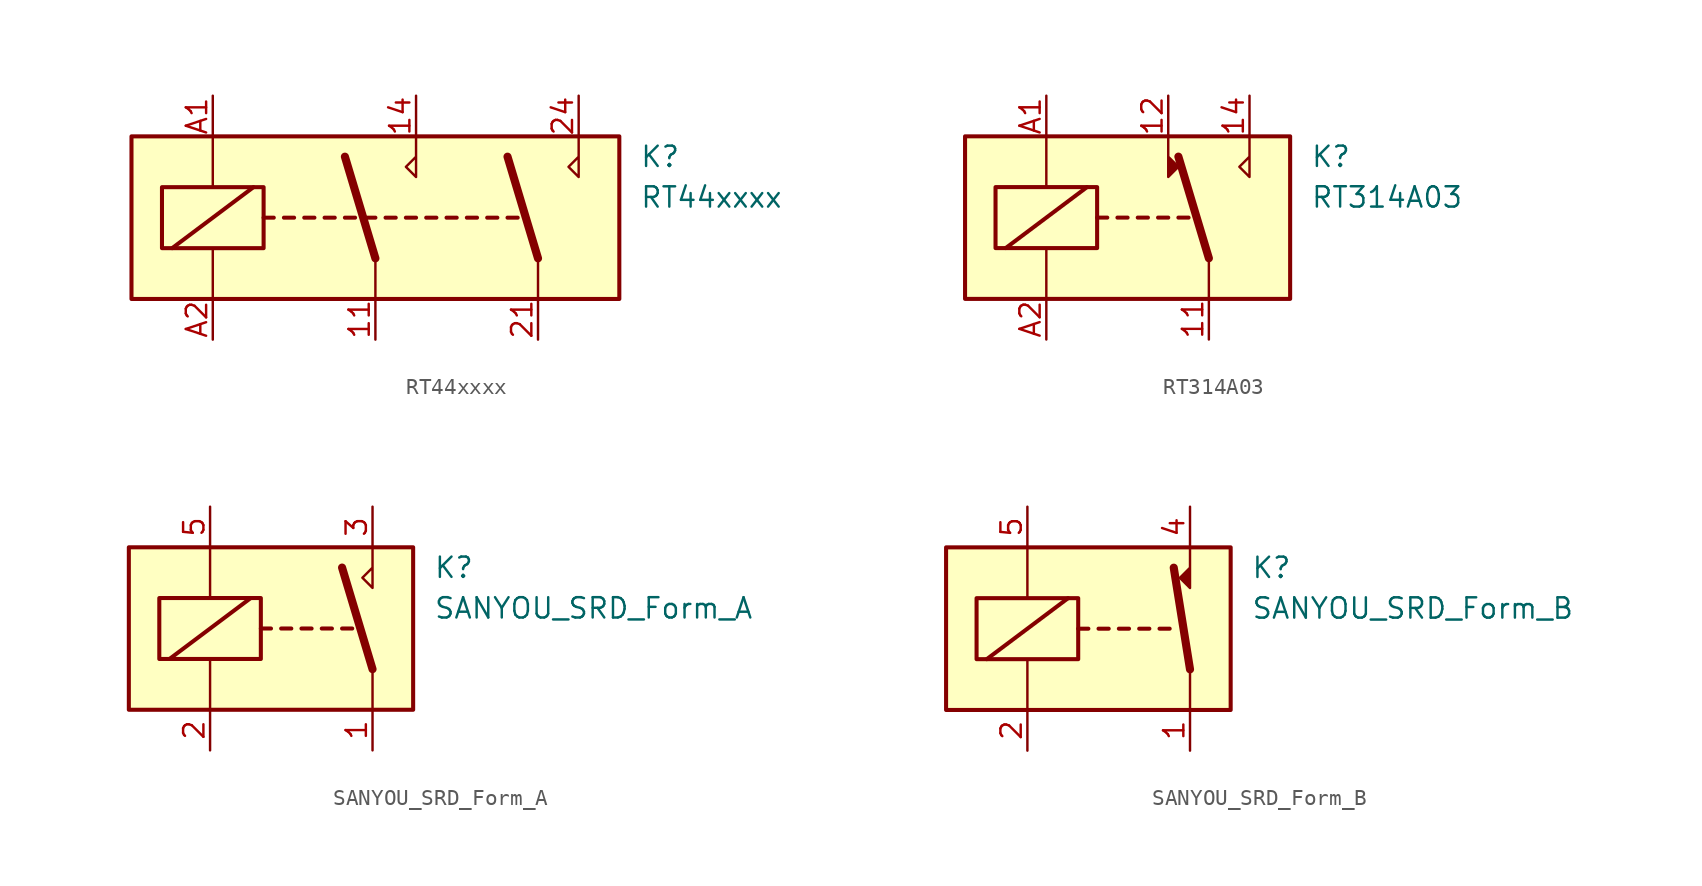
<source format=kicad_sym>
(kicad_symbol_lib
  (version 20201005)
  (generator kicad_symbol_editor)
  (symbol "Relay:RT44xxxx"
    (property "Reference" "K"
      (at 16.51 3.81 0)
      (effects (font (size 1.27 1.27)) (justify left)))
    (property "Value" "RT44xxxx"
      (at 16.51 1.27 0)
      (effects (font (size 1.27 1.27)) (justify left)))
    (symbol "RT44xxxx_0_1"
      (rectangle (start -15.24 5.08) (end 15.24 -5.08) (stroke (width 0.254)) (fill (type background)))
      (rectangle (start -13.335 1.905) (end -6.985 -1.905) (stroke (width 0.254)) (fill (type none)))
      (polyline (pts (xy -12.7 -1.905) (xy -7.62 1.905)) (stroke (width 0.254)) (fill (type none)))
      (polyline (pts (xy -10.16 -5.08) (xy -10.16 -1.905)) (stroke (width 0)) (fill (type none)))
      (polyline (pts (xy -10.16 5.08) (xy -10.16 1.905)) (stroke (width 0)) (fill (type none)))
      (polyline (pts (xy -6.985 0) (xy -6.35 0)) (stroke (width 0.254)) (fill (type none)))
      (polyline (pts (xy -5.715 0) (xy -5.08 0)) (stroke (width 0.254)) (fill (type none)))
      (polyline (pts (xy -4.445 0) (xy -3.81 0)) (stroke (width 0.254)) (fill (type none)))
      (polyline (pts (xy -3.175 0) (xy -2.54 0)) (stroke (width 0.254)) (fill (type none)))
      (polyline (pts (xy -1.905 0) (xy -1.27 0)) (stroke (width 0.254)) (fill (type none)))
      (polyline (pts (xy -0.635 0) (xy 0 0)) (stroke (width 0.254)) (fill (type none)))
      (polyline (pts (xy 0 -2.54) (xy -1.905 3.81)) (stroke (width 0.508)) (fill (type none)))
      (polyline (pts (xy 0 -2.54) (xy 0 -5.08)) (stroke (width 0)) (fill (type none)))
      (polyline (pts (xy 0.635 0) (xy 1.27 0)) (stroke (width 0.254)) (fill (type none)))
      (polyline (pts (xy 1.905 0) (xy 2.54 0)) (stroke (width 0.254)) (fill (type none)))
      (polyline (pts (xy 3.175 0) (xy 3.81 0)) (stroke (width 0.254)) (fill (type none)))
      (polyline (pts (xy 4.445 0) (xy 5.08 0)) (stroke (width 0.254)) (fill (type none)))
      (polyline (pts (xy 5.715 0) (xy 6.35 0)) (stroke (width 0.254)) (fill (type none)))
      (polyline (pts (xy 6.985 0) (xy 7.62 0)) (stroke (width 0.254)) (fill (type none)))
      (polyline (pts (xy 8.255 0) (xy 8.89 0)) (stroke (width 0.254)) (fill (type none)))
      (polyline (pts (xy 10.16 -2.54) (xy 8.255 3.81)) (stroke (width 0.508)) (fill (type none)))
      (polyline (pts (xy 10.16 -2.54) (xy 10.16 -5.08)) (stroke (width 0)) (fill (type none)))
      (polyline (pts (xy 2.54 5.08) (xy 2.54 2.54) (xy 1.905 3.175) (xy 2.54 3.81)) (stroke (width 0)) (fill (type none)))
      (polyline (pts (xy 12.7 5.08) (xy 12.7 2.54) (xy 12.065 3.175) (xy 12.7 3.81)) (stroke (width 0)) (fill (type none))))
    (symbol "RT44xxxx_1_1"
      (pin passive line (at 0 -7.62 90) (length 2.54) (name "~" (effects (font (size 1.27 1.27)))) (number "11" (effects (font (size 1.27 1.27)))))
      (pin passive line (at 2.54 7.62 270) (length 2.54) (name "~" (effects (font (size 1.27 1.27)))) (number "14" (effects (font (size 1.27 1.27)))))
      (pin passive line (at 10.16 -7.62 90) (length 2.54) (name "~" (effects (font (size 1.27 1.27)))) (number "21" (effects (font (size 1.27 1.27)))))
      (pin passive line (at 12.7 7.62 270) (length 2.54) (name "~" (effects (font (size 1.27 1.27)))) (number "24" (effects (font (size 1.27 1.27)))))
      (pin passive line (at -10.16 7.62 270) (length 2.54) (name "~" (effects (font (size 1.27 1.27)))) (number "A1" (effects (font (size 1.27 1.27)))))
      (pin passive line (at -10.16 -7.62 90) (length 2.54) (name "~" (effects (font (size 1.27 1.27)))) (number "A2" (effects (font (size 1.27 1.27)))))))
  (symbol "Relay:RT314A03"
    (property "Reference" "K"
      (at 11.43 3.81 0)
      (effects (font (size 1.27 1.27)) (justify left)))
    (property "Value" "RT314A03"
      (at 11.43 1.27 0)
      (effects (font (size 1.27 1.27)) (justify left)))
    (symbol "RT314A03_0_0"
      (polyline (pts (xy -2.54 1.905) (xy -7.62 -1.905)) (stroke (width 0.254)) (fill (type none))))
    (symbol "RT314A03_0_1"
      (rectangle (start -10.16 5.08) (end 10.16 -5.08) (stroke (width 0.254)) (fill (type background)))
      (rectangle (start -8.255 1.905) (end -1.905 -1.905) (stroke (width 0.254)) (fill (type none)))
      (polyline (pts (xy -5.08 -5.08) (xy -5.08 -1.905)) (stroke (width 0)) (fill (type none)))
      (polyline (pts (xy -5.08 5.08) (xy -5.08 1.905)) (stroke (width 0)) (fill (type none)))
      (polyline (pts (xy -1.905 0) (xy -1.27 0)) (stroke (width 0.254)) (fill (type none)))
      (polyline (pts (xy -0.635 0) (xy 0 0)) (stroke (width 0.254)) (fill (type none)))
      (polyline (pts (xy 0.635 0) (xy 1.27 0)) (stroke (width 0.254)) (fill (type none)))
      (polyline (pts (xy 1.905 0) (xy 2.54 0)) (stroke (width 0.254)) (fill (type none)))
      (polyline (pts (xy 3.175 0) (xy 3.81 0)) (stroke (width 0.254)) (fill (type none)))
      (polyline (pts (xy 5.08 -2.54) (xy 3.175 3.81)) (stroke (width 0.508)) (fill (type none)))
      (polyline (pts (xy 5.08 -2.54) (xy 5.08 -5.08)) (stroke (width 0)) (fill (type none)))
      (polyline (pts (xy 2.54 5.08) (xy 2.54 2.54) (xy 3.175 3.175) (xy 2.54 3.81)) (stroke (width 0)) (fill (type outline)))
      (polyline (pts (xy 7.62 5.08) (xy 7.62 2.54) (xy 6.985 3.175) (xy 7.62 3.81)) (stroke (width 0)) (fill (type none))))
    (symbol "RT314A03_1_1"
      (pin passive line (at 5.08 -7.62 90) (length 2.54) (name "~" (effects (font (size 1.27 1.27)))) (number "11" (effects (font (size 1.27 1.27)))))
      (pin passive line (at 2.54 7.62 270) (length 2.54) (name "~" (effects (font (size 1.27 1.27)))) (number "12" (effects (font (size 1.27 1.27)))))
      (pin passive line (at 7.62 7.62 270) (length 2.54) (name "~" (effects (font (size 1.27 1.27)))) (number "14" (effects (font (size 1.27 1.27)))))
      (pin passive line (at -5.08 7.62 270) (length 2.54) (name "~" (effects (font (size 1.27 1.27)))) (number "A1" (effects (font (size 1.27 1.27)))))
      (pin passive line (at -5.08 -7.62 90) (length 2.54) (name "~" (effects (font (size 1.27 1.27)))) (number "A2" (effects (font (size 1.27 1.27)))))))
  (symbol "Relay:SANYOU_SRD_Form_A"
    (property "Reference" "K"
      (at 8.89 3.81 0)
      (effects (font (size 1.27 1.27)) (justify left)))
    (property "Value" "SANYOU_SRD_Form_A"
      (at 8.89 1.27 0)
      (effects (font (size 1.27 1.27)) (justify left)))
    (symbol "SANYOU_SRD_Form_A_0_0"
      (polyline (pts (xy 5.08 5.08) (xy 5.08 2.54) (xy 4.445 3.175) (xy 5.08 3.81)) (stroke (width 0)) (fill (type none))))
    (symbol "SANYOU_SRD_Form_A_0_1"
      (rectangle (start -10.16 5.08) (end 7.62 -5.08) (stroke (width 0.254)) (fill (type background)))
      (rectangle (start -8.255 1.905) (end -1.905 -1.905) (stroke (width 0.254)) (fill (type none)))
      (polyline (pts (xy -7.62 -1.905) (xy -2.54 1.905)) (stroke (width 0.254)) (fill (type none)))
      (polyline (pts (xy -5.08 -5.08) (xy -5.08 -1.905)) (stroke (width 0)) (fill (type none)))
      (polyline (pts (xy -5.08 5.08) (xy -5.08 1.905)) (stroke (width 0)) (fill (type none)))
      (polyline (pts (xy -1.905 0) (xy -1.27 0)) (stroke (width 0.254)) (fill (type none)))
      (polyline (pts (xy -0.635 0) (xy 0 0)) (stroke (width 0.254)) (fill (type none)))
      (polyline (pts (xy 0.635 0) (xy 1.27 0)) (stroke (width 0.254)) (fill (type none)))
      (polyline (pts (xy 1.905 0) (xy 2.54 0)) (stroke (width 0.254)) (fill (type none)))
      (polyline (pts (xy 3.175 0) (xy 3.81 0)) (stroke (width 0.254)) (fill (type none)))
      (polyline (pts (xy 5.08 -2.54) (xy 3.175 3.81)) (stroke (width 0.508)) (fill (type none)))
      (polyline (pts (xy 5.08 -2.54) (xy 5.08 -5.08)) (stroke (width 0)) (fill (type none))))
    (symbol "SANYOU_SRD_Form_A_1_1"
      (pin passive line (at 5.08 -7.62 90) (length 2.54) (name "~" (effects (font (size 1.27 1.27)))) (number "1" (effects (font (size 1.27 1.27)))))
      (pin passive line (at -5.08 -7.62 90) (length 2.54) (name "~" (effects (font (size 1.27 1.27)))) (number "2" (effects (font (size 1.27 1.27)))))
      (pin passive line (at 5.08 7.62 270) (length 2.54) (name "~" (effects (font (size 1.27 1.27)))) (number "3" (effects (font (size 1.27 1.27)))))
      (pin passive line (at -5.08 7.62 270) (length 2.54) (name "~" (effects (font (size 1.27 1.27)))) (number "5" (effects (font (size 1.27 1.27)))))))
  (symbol "Relay:SANYOU_SRD_Form_B"
    (property "Reference" "K"
      (at 8.89 3.81 0)
      (effects (font (size 1.27 1.27)) (justify left)))
    (property "Value" "SANYOU_SRD_Form_B"
      (at 8.89 1.27 0)
      (effects (font (size 1.27 1.27)) (justify left)))
    (symbol "SANYOU_SRD_Form_B_0_1"
      (rectangle (start -10.16 5.08) (end 7.62 -5.08) (stroke (width 0.254)) (fill (type background)))
      (rectangle (start -8.255 1.905) (end -1.905 -1.905) (stroke (width 0.254)) (fill (type none)))
      (polyline (pts (xy -7.62 -1.905) (xy -2.54 1.905)) (stroke (width 0.254)) (fill (type none)))
      (polyline (pts (xy -5.08 -5.08) (xy -5.08 -1.905)) (stroke (width 0)) (fill (type none)))
      (polyline (pts (xy -5.08 5.08) (xy -5.08 1.905)) (stroke (width 0)) (fill (type none)))
      (polyline (pts (xy -1.905 0) (xy -1.27 0)) (stroke (width 0.254)) (fill (type none)))
      (polyline (pts (xy -0.635 0) (xy 0 0)) (stroke (width 0.254)) (fill (type none)))
      (polyline (pts (xy 0.635 0) (xy 1.27 0)) (stroke (width 0.254)) (fill (type none)))
      (polyline (pts (xy 1.905 0) (xy 2.54 0)) (stroke (width 0.254)) (fill (type none)))
      (polyline (pts (xy 3.175 0) (xy 3.81 0)) (stroke (width 0.254)) (fill (type none)))
      (polyline (pts (xy 5.08 -2.54) (xy 4.064 3.81)) (stroke (width 0.508)) (fill (type none)))
      (polyline (pts (xy 5.08 -2.54) (xy 5.08 -5.08)) (stroke (width 0)) (fill (type none)))
      (polyline (pts (xy 5.08 3.81) (xy 4.445 3.175) (xy 5.08 2.54) (xy 5.08 5.08)) (stroke (width 0)) (fill (type outline))))
    (symbol "SANYOU_SRD_Form_B_1_1"
      (pin passive line (at 5.08 -7.62 90) (length 2.54) (name "~" (effects (font (size 1.27 1.27)))) (number "1" (effects (font (size 1.27 1.27)))))
      (pin passive line (at -5.08 -7.62 90) (length 2.54) (name "~" (effects (font (size 1.27 1.27)))) (number "2" (effects (font (size 1.27 1.27)))))
      (pin passive line (at 5.08 7.62 270) (length 2.54) (name "~" (effects (font (size 1.27 1.27)))) (number "4" (effects (font (size 1.27 1.27)))))
      (pin passive line (at -5.08 7.62 270) (length 2.54) (name "~" (effects (font (size 1.27 1.27)))) (number "5" (effects (font (size 1.27 1.27))))))))
</source>
